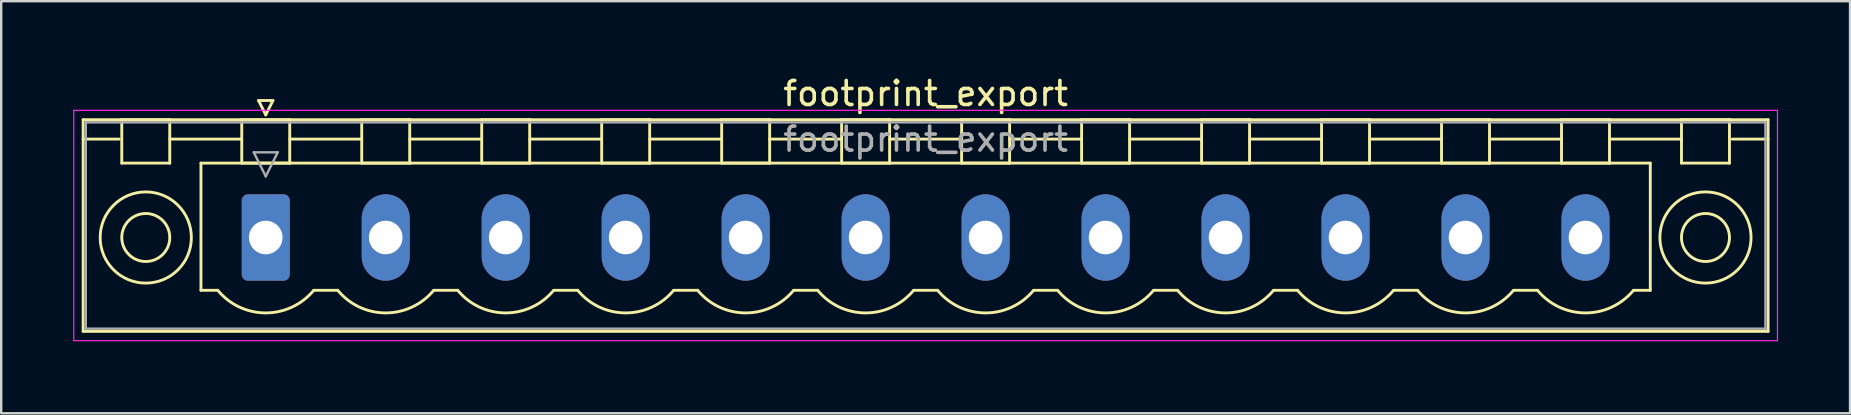
<source format=kicad_pcb>
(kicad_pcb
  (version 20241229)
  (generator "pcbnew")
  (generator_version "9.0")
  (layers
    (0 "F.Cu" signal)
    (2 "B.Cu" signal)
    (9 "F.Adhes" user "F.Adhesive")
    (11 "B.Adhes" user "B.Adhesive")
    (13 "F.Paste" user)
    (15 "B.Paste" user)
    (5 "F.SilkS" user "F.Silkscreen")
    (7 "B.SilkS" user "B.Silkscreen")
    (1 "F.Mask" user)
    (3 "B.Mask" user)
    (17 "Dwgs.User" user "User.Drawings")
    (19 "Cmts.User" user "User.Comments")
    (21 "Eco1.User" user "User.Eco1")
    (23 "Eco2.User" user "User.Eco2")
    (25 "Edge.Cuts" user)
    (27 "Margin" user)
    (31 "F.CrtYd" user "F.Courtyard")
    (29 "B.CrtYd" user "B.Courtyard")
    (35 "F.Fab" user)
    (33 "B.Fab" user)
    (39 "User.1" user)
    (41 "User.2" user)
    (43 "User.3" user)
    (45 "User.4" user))
  (footprint "footprint_export"
    (layer "F.Cu")
    (at 8.025 6.848)
    (property "Reference" "footprint_export" (at 27.5 -6 0) (layer "F.SilkS") (effects (font (size 1 1) (thickness 0.15))))
    (attr through_hole)
    (fp_line (start -7.61 -4.91) (end -7.61 3.91) (stroke (width 0.12) (type solid)) (layer "F.SilkS"))
    (fp_line (start -7.61 -4.1) (end -6.11 -4.1) (stroke (width 0.12) (type solid)) (layer "F.SilkS"))
    (fp_line (start -7.61 3.91) (end 62.61 3.91) (stroke (width 0.12) (type solid)) (layer "F.SilkS"))
    (fp_line (start -6 -4.91) (end -4 -4.91) (stroke (width 0.12) (type solid)) (layer "F.SilkS"))
    (fp_line (start -6 -3.1) (end -6 -4.91) (stroke (width 0.12) (type solid)) (layer "F.SilkS"))
    (fp_line (start -4 -4.91) (end -4 -3.1) (stroke (width 0.12) (type solid)) (layer "F.SilkS"))
    (fp_line (start -4 -4.1) (end -1 -4.1) (stroke (width 0.12) (type solid)) (layer "F.SilkS"))
    (fp_line (start -4 -3.1) (end -6 -3.1) (stroke (width 0.12) (type solid)) (layer "F.SilkS"))
    (fp_line (start -2.7 -3.1) (end 57.7 -3.1) (stroke (width 0.12) (type solid)) (layer "F.SilkS"))
    (fp_line (start -2.7 2.2) (end -2.7 -3.1) (stroke (width 0.12) (type solid)) (layer "F.SilkS"))
    (fp_line (start -2 2.2) (end -2.7 2.2) (stroke (width 0.12) (type solid)) (layer "F.SilkS"))
    (fp_line (start -1 -4.91) (end 1 -4.91) (stroke (width 0.12) (type solid)) (layer "F.SilkS"))
    (fp_line (start -1 -3.1) (end -1 -4.91) (stroke (width 0.12) (type solid)) (layer "F.SilkS"))
    (fp_line (start -0.3 -5.71) (end 0.3 -5.71) (stroke (width 0.12) (type solid)) (layer "F.SilkS"))
    (fp_line (start 0 -5.11) (end -0.3 -5.71) (stroke (width 0.12) (type solid)) (layer "F.SilkS"))
    (fp_line (start 0.3 -5.71) (end 0 -5.11) (stroke (width 0.12) (type solid)) (layer "F.SilkS"))
    (fp_line (start 1 -4.91) (end 1 -3.1) (stroke (width 0.12) (type solid)) (layer "F.SilkS"))
    (fp_line (start 1 -4.1) (end 4 -4.1) (stroke (width 0.12) (type solid)) (layer "F.SilkS"))
    (fp_line (start 1 -3.1) (end -1 -3.1) (stroke (width 0.12) (type solid)) (layer "F.SilkS"))
    (fp_line (start 2 2.2) (end 3 2.2) (stroke (width 0.12) (type solid)) (layer "F.SilkS"))
    (fp_line (start 4 -4.91) (end 6 -4.91) (stroke (width 0.12) (type solid)) (layer "F.SilkS"))
    (fp_line (start 4 -3.1) (end 4 -4.91) (stroke (width 0.12) (type solid)) (layer "F.SilkS"))
    (fp_line (start 6 -4.91) (end 6 -3.1) (stroke (width 0.12) (type solid)) (layer "F.SilkS"))
    (fp_line (start 6 -4.1) (end 9 -4.1) (stroke (width 0.12) (type solid)) (layer "F.SilkS"))
    (fp_line (start 6 -3.1) (end 4 -3.1) (stroke (width 0.12) (type solid)) (layer "F.SilkS"))
    (fp_line (start 7 2.2) (end 8 2.2) (stroke (width 0.12) (type solid)) (layer "F.SilkS"))
    (fp_line (start 9 -4.91) (end 11 -4.91) (stroke (width 0.12) (type solid)) (layer "F.SilkS"))
    (fp_line (start 9 -3.1) (end 9 -4.91) (stroke (width 0.12) (type solid)) (layer "F.SilkS"))
    (fp_line (start 11 -4.91) (end 11 -3.1) (stroke (width 0.12) (type solid)) (layer "F.SilkS"))
    (fp_line (start 11 -4.1) (end 14 -4.1) (stroke (width 0.12) (type solid)) (layer "F.SilkS"))
    (fp_line (start 11 -3.1) (end 9 -3.1) (stroke (width 0.12) (type solid)) (layer "F.SilkS"))
    (fp_line (start 12 2.2) (end 13 2.2) (stroke (width 0.12) (type solid)) (layer "F.SilkS"))
    (fp_line (start 14 -4.91) (end 16 -4.91) (stroke (width 0.12) (type solid)) (layer "F.SilkS"))
    (fp_line (start 14 -3.1) (end 14 -4.91) (stroke (width 0.12) (type solid)) (layer "F.SilkS"))
    (fp_line (start 16 -4.91) (end 16 -3.1) (stroke (width 0.12) (type solid)) (layer "F.SilkS"))
    (fp_line (start 16 -4.1) (end 19 -4.1) (stroke (width 0.12) (type solid)) (layer "F.SilkS"))
    (fp_line (start 16 -3.1) (end 14 -3.1) (stroke (width 0.12) (type solid)) (layer "F.SilkS"))
    (fp_line (start 17 2.2) (end 18 2.2) (stroke (width 0.12) (type solid)) (layer "F.SilkS"))
    (fp_line (start 19 -4.91) (end 21 -4.91) (stroke (width 0.12) (type solid)) (layer "F.SilkS"))
    (fp_line (start 19 -3.1) (end 19 -4.91) (stroke (width 0.12) (type solid)) (layer "F.SilkS"))
    (fp_line (start 21 -4.91) (end 21 -3.1) (stroke (width 0.12) (type solid)) (layer "F.SilkS"))
    (fp_line (start 21 -4.1) (end 24 -4.1) (stroke (width 0.12) (type solid)) (layer "F.SilkS"))
    (fp_line (start 21 -3.1) (end 19 -3.1) (stroke (width 0.12) (type solid)) (layer "F.SilkS"))
    (fp_line (start 22 2.2) (end 23 2.2) (stroke (width 0.12) (type solid)) (layer "F.SilkS"))
    (fp_line (start 24 -4.91) (end 26 -4.91) (stroke (width 0.12) (type solid)) (layer "F.SilkS"))
    (fp_line (start 24 -3.1) (end 24 -4.91) (stroke (width 0.12) (type solid)) (layer "F.SilkS"))
    (fp_line (start 26 -4.91) (end 26 -3.1) (stroke (width 0.12) (type solid)) (layer "F.SilkS"))
    (fp_line (start 26 -4.1) (end 29 -4.1) (stroke (width 0.12) (type solid)) (layer "F.SilkS"))
    (fp_line (start 26 -3.1) (end 24 -3.1) (stroke (width 0.12) (type solid)) (layer "F.SilkS"))
    (fp_line (start 27 2.2) (end 28 2.2) (stroke (width 0.12) (type solid)) (layer "F.SilkS"))
    (fp_line (start 29 -4.91) (end 31 -4.91) (stroke (width 0.12) (type solid)) (layer "F.SilkS"))
    (fp_line (start 29 -3.1) (end 29 -4.91) (stroke (width 0.12) (type solid)) (layer "F.SilkS"))
    (fp_line (start 31 -4.91) (end 31 -3.1) (stroke (width 0.12) (type solid)) (layer "F.SilkS"))
    (fp_line (start 31 -4.1) (end 34 -4.1) (stroke (width 0.12) (type solid)) (layer "F.SilkS"))
    (fp_line (start 31 -3.1) (end 29 -3.1) (stroke (width 0.12) (type solid)) (layer "F.SilkS"))
    (fp_line (start 32 2.2) (end 33 2.2) (stroke (width 0.12) (type solid)) (layer "F.SilkS"))
    (fp_line (start 34 -4.91) (end 36 -4.91) (stroke (width 0.12) (type solid)) (layer "F.SilkS"))
    (fp_line (start 34 -3.1) (end 34 -4.91) (stroke (width 0.12) (type solid)) (layer "F.SilkS"))
    (fp_line (start 36 -4.91) (end 36 -3.1) (stroke (width 0.12) (type solid)) (layer "F.SilkS"))
    (fp_line (start 36 -4.1) (end 39 -4.1) (stroke (width 0.12) (type solid)) (layer "F.SilkS"))
    (fp_line (start 36 -3.1) (end 34 -3.1) (stroke (width 0.12) (type solid)) (layer "F.SilkS"))
    (fp_line (start 37 2.2) (end 38 2.2) (stroke (width 0.12) (type solid)) (layer "F.SilkS"))
    (fp_line (start 39 -4.91) (end 41 -4.91) (stroke (width 0.12) (type solid)) (layer "F.SilkS"))
    (fp_line (start 39 -3.1) (end 39 -4.91) (stroke (width 0.12) (type solid)) (layer "F.SilkS"))
    (fp_line (start 41 -4.91) (end 41 -3.1) (stroke (width 0.12) (type solid)) (layer "F.SilkS"))
    (fp_line (start 41 -4.1) (end 44 -4.1) (stroke (width 0.12) (type solid)) (layer "F.SilkS"))
    (fp_line (start 41 -3.1) (end 39 -3.1) (stroke (width 0.12) (type solid)) (layer "F.SilkS"))
    (fp_line (start 42 2.2) (end 43 2.2) (stroke (width 0.12) (type solid)) (layer "F.SilkS"))
    (fp_line (start 44 -4.91) (end 46 -4.91) (stroke (width 0.12) (type solid)) (layer "F.SilkS"))
    (fp_line (start 44 -3.1) (end 44 -4.91) (stroke (width 0.12) (type solid)) (layer "F.SilkS"))
    (fp_line (start 46 -4.91) (end 46 -3.1) (stroke (width 0.12) (type solid)) (layer "F.SilkS"))
    (fp_line (start 46 -4.1) (end 49 -4.1) (stroke (width 0.12) (type solid)) (layer "F.SilkS"))
    (fp_line (start 46 -3.1) (end 44 -3.1) (stroke (width 0.12) (type solid)) (layer "F.SilkS"))
    (fp_line (start 47 2.2) (end 48 2.2) (stroke (width 0.12) (type solid)) (layer "F.SilkS"))
    (fp_line (start 49 -4.91) (end 51 -4.91) (stroke (width 0.12) (type solid)) (layer "F.SilkS"))
    (fp_line (start 49 -3.1) (end 49 -4.91) (stroke (width 0.12) (type solid)) (layer "F.SilkS"))
    (fp_line (start 51 -4.91) (end 51 -3.1) (stroke (width 0.12) (type solid)) (layer "F.SilkS"))
    (fp_line (start 51 -4.1) (end 54 -4.1) (stroke (width 0.12) (type solid)) (layer "F.SilkS"))
    (fp_line (start 51 -3.1) (end 49 -3.1) (stroke (width 0.12) (type solid)) (layer "F.SilkS"))
    (fp_line (start 52 2.2) (end 53 2.2) (stroke (width 0.12) (type solid)) (layer "F.SilkS"))
    (fp_line (start 54 -4.91) (end 56 -4.91) (stroke (width 0.12) (type solid)) (layer "F.SilkS"))
    (fp_line (start 54 -3.1) (end 54 -4.91) (stroke (width 0.12) (type solid)) (layer "F.SilkS"))
    (fp_line (start 56 -4.91) (end 56 -3.1) (stroke (width 0.12) (type solid)) (layer "F.SilkS"))
    (fp_line (start 56 -4.1) (end 59 -4.1) (stroke (width 0.12) (type solid)) (layer "F.SilkS"))
    (fp_line (start 56 -3.1) (end 54 -3.1) (stroke (width 0.12) (type solid)) (layer "F.SilkS"))
    (fp_line (start 57.7 -3.1) (end 57.7 2.2) (stroke (width 0.12) (type solid)) (layer "F.SilkS"))
    (fp_line (start 57.7 2.2) (end 57 2.2) (stroke (width 0.12) (type solid)) (layer "F.SilkS"))
    (fp_line (start 59 -4.91) (end 61 -4.91) (stroke (width 0.12) (type solid)) (layer "F.SilkS"))
    (fp_line (start 59 -3.1) (end 59 -4.91) (stroke (width 0.12) (type solid)) (layer "F.SilkS"))
    (fp_line (start 61 -4.91) (end 61 -3.1) (stroke (width 0.12) (type solid)) (layer "F.SilkS"))
    (fp_line (start 61 -3.1) (end 59 -3.1) (stroke (width 0.12) (type solid)) (layer "F.SilkS"))
    (fp_line (start 62.61 -4.91) (end -7.61 -4.91) (stroke (width 0.12) (type solid)) (layer "F.SilkS"))
    (fp_line (start 62.61 -4.1) (end 61.11 -4.1) (stroke (width 0.12) (type solid)) (layer "F.SilkS"))
    (fp_line (start 62.61 3.91) (end 62.61 -4.91) (stroke (width 0.12) (type solid)) (layer "F.SilkS"))
    (fp_arc (start 1.986842 2.215821) (mid -0.010289 3.142758) (end -2 2.2) (stroke (width 0.12) (type solid)) (layer "F.SilkS"))
    (fp_arc (start 6.986842 2.215821) (mid 4.989711 3.142758) (end 3 2.2) (stroke (width 0.12) (type solid)) (layer "F.SilkS"))
    (fp_arc (start 11.986842 2.215821) (mid 9.989711 3.142758) (end 8 2.2) (stroke (width 0.12) (type solid)) (layer "F.SilkS"))
    (fp_arc (start 16.986842 2.215821) (mid 14.989711 3.142758) (end 13 2.2) (stroke (width 0.12) (type solid)) (layer "F.SilkS"))
    (fp_arc (start 21.986842 2.215821) (mid 19.989711 3.142758) (end 18 2.2) (stroke (width 0.12) (type solid)) (layer "F.SilkS"))
    (fp_arc (start 26.986842 2.215821) (mid 24.989711 3.142758) (end 23 2.2) (stroke (width 0.12) (type solid)) (layer "F.SilkS"))
    (fp_arc (start 31.986842 2.215821) (mid 29.989711 3.142758) (end 28 2.2) (stroke (width 0.12) (type solid)) (layer "F.SilkS"))
    (fp_arc (start 36.986842 2.215821) (mid 34.989711 3.142758) (end 33 2.2) (stroke (width 0.12) (type solid)) (layer "F.SilkS"))
    (fp_arc (start 41.986842 2.215821) (mid 39.989711 3.142758) (end 38 2.2) (stroke (width 0.12) (type solid)) (layer "F.SilkS"))
    (fp_arc (start 46.986842 2.215821) (mid 44.989711 3.142758) (end 43 2.2) (stroke (width 0.12) (type solid)) (layer "F.SilkS"))
    (fp_arc (start 51.986842 2.215821) (mid 49.989711 3.142758) (end 48 2.2) (stroke (width 0.12) (type solid)) (layer "F.SilkS"))
    (fp_arc (start 56.986842 2.215821) (mid 54.989711 3.142758) (end 53 2.2) (stroke (width 0.12) (type solid)) (layer "F.SilkS"))
    (fp_circle (center -5 0) (end -4 0) (stroke (width 0.12) (type solid)) (fill no) (layer "F.SilkS"))
    (fp_circle (center -5 0) (end -3.1 0) (stroke (width 0.12) (type solid)) (fill no) (layer "F.SilkS"))
    (fp_circle (center 60 0) (end 61 0) (stroke (width 0.12) (type solid)) (fill no) (layer "F.SilkS"))
    (fp_circle (center 60 0) (end 61.9 0) (stroke (width 0.12) (type solid)) (fill no) (layer "F.SilkS"))
    (fp_line (start -8 -5.3) (end -8 4.3) (stroke (width 0.05) (type solid)) (layer "F.CrtYd"))
    (fp_line (start -8 4.3) (end 63 4.3) (stroke (width 0.05) (type solid)) (layer "F.CrtYd"))
    (fp_line (start 63 -5.3) (end -8 -5.3) (stroke (width 0.05) (type solid)) (layer "F.CrtYd"))
    (fp_line (start 63 4.3) (end 63 -5.3) (stroke (width 0.05) (type solid)) (layer "F.CrtYd"))
    (fp_line (start -7.5 -4.8) (end -7.5 3.8) (stroke (width 0.1) (type solid)) (layer "F.Fab"))
    (fp_line (start -7.5 3.8) (end 62.5 3.8) (stroke (width 0.1) (type solid)) (layer "F.Fab"))
    (fp_line (start -0.5 -3.55) (end 0.5 -3.55) (stroke (width 0.1) (type solid)) (layer "F.Fab"))
    (fp_line (start 0 -2.55) (end -0.5 -3.55) (stroke (width 0.1) (type solid)) (layer "F.Fab"))
    (fp_line (start 0.5 -3.55) (end 0 -2.55) (stroke (width 0.1) (type solid)) (layer "F.Fab"))
    (fp_line (start 62.5 -4.8) (end -7.5 -4.8) (stroke (width 0.1) (type solid)) (layer "F.Fab"))
    (fp_line (start 62.5 3.8) (end 62.5 -4.8) (stroke (width 0.1) (type solid)) (layer "F.Fab"))
    (fp_text user "${REFERENCE}" (at 27.5 -4.1 0) (layer "F.Fab") (effects (font (size 1 1) (thickness 0.15))))
    (pad "1" thru_hole roundrect (at 0 0) (size 2 3.6) (drill 1.4) (layers "*.Cu" "*.Mask") (roundrect_rratio 0.125))
    (pad "2" thru_hole oval (at 5 0) (size 2 3.6) (drill 1.4) (layers "*.Cu" "*.Mask"))
    (pad "3" thru_hole oval (at 10 0) (size 2 3.6) (drill 1.4) (layers "*.Cu" "*.Mask"))
    (pad "4" thru_hole oval (at 15 0) (size 2 3.6) (drill 1.4) (layers "*.Cu" "*.Mask"))
    (pad "5" thru_hole oval (at 20 0) (size 2 3.6) (drill 1.4) (layers "*.Cu" "*.Mask"))
    (pad "6" thru_hole oval (at 25 0) (size 2 3.6) (drill 1.4) (layers "*.Cu" "*.Mask"))
    (pad "7" thru_hole oval (at 30 0) (size 2 3.6) (drill 1.4) (layers "*.Cu" "*.Mask"))
    (pad "8" thru_hole oval (at 35 0) (size 2 3.6) (drill 1.4) (layers "*.Cu" "*.Mask"))
    (pad "9" thru_hole oval (at 40 0) (size 2 3.6) (drill 1.4) (layers "*.Cu" "*.Mask"))
    (pad "10" thru_hole oval (at 45 0) (size 2 3.6) (drill 1.4) (layers "*.Cu" "*.Mask"))
    (pad "11" thru_hole oval (at 50 0) (size 2 3.6) (drill 1.4) (layers "*.Cu" "*.Mask"))
    (pad "12" thru_hole oval (at 55 0) (size 2 3.6) (drill 1.4) (layers "*.Cu" "*.Mask")))
  (gr_rect
    (start -3 -3)
    (end 74.05 14.173)
    (stroke (width 0.1) (type default))
    (fill no)
    (layer "Edge.Cuts")))
</source>
